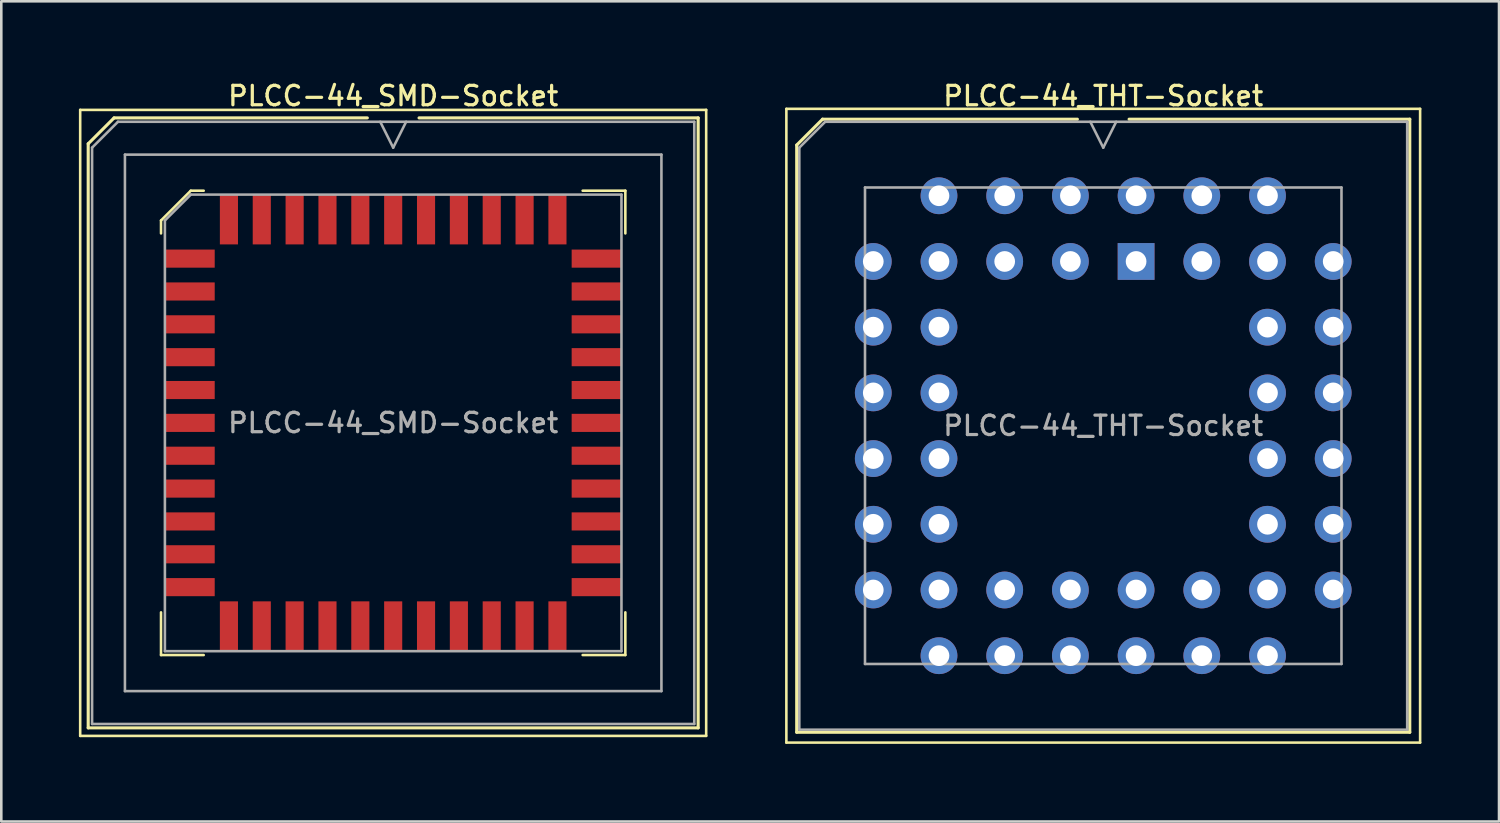
<source format=kicad_pcb>
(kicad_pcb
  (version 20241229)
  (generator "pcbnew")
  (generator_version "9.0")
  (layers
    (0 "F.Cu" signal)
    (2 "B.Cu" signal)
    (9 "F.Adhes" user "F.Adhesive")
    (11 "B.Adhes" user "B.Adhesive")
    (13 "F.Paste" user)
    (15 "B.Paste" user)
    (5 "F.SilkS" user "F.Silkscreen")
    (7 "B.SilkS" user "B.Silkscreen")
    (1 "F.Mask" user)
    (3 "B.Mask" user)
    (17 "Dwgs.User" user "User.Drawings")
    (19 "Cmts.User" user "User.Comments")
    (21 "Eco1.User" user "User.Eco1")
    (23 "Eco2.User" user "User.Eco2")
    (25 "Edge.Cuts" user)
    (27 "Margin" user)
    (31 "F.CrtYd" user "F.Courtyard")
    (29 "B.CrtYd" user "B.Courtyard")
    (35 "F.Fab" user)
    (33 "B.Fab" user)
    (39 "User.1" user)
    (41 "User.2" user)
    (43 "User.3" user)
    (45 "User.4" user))
  (footprint "PLCC-44_THT-Socket"
    (layer "F.Cu")
    (at 40.87 7.058)
    (property "Reference" "PLCC-44_THT-Socket" (at -1.27 -6.4 0) (layer "F.SilkS") (effects (font (size 0.75 0.75) (thickness 0.125))))
    (attr through_hole)
    (fp_line (start -13.52 -5.9) (end -13.52 18.6) (stroke (width 0.1) (type solid)) (layer "F.SilkS"))
    (fp_line (start -13.52 18.6) (end 10.98 18.6) (stroke (width 0.1) (type solid)) (layer "F.SilkS"))
    (fp_line (start -13.12 -4.5) (end -13.12 18.2) (stroke (width 0.12) (type solid)) (layer "F.SilkS"))
    (fp_line (start -13.12 18.2) (end 10.58 18.2) (stroke (width 0.12) (type solid)) (layer "F.SilkS"))
    (fp_line (start -12.12 -5.5) (end -13.12 -4.5) (stroke (width 0.12) (type solid)) (layer "F.SilkS"))
    (fp_line (start -2.27 -5.5) (end -12.12 -5.5) (stroke (width 0.12) (type solid)) (layer "F.SilkS"))
    (fp_line (start 10.58 -5.5) (end -0.27 -5.5) (stroke (width 0.12) (type solid)) (layer "F.SilkS"))
    (fp_line (start 10.58 18.2) (end 10.58 -5.5) (stroke (width 0.12) (type solid)) (layer "F.SilkS"))
    (fp_line (start 10.98 -5.9) (end -13.52 -5.9) (stroke (width 0.1) (type solid)) (layer "F.SilkS"))
    (fp_line (start 10.98 18.6) (end 10.98 -5.9) (stroke (width 0.1) (type solid)) (layer "F.SilkS"))
    (fp_line (start -13.02 -4.4) (end -13.02 18.1) (stroke (width 0.1) (type solid)) (layer "F.Fab"))
    (fp_line (start -13.02 18.1) (end 10.48 18.1) (stroke (width 0.1) (type solid)) (layer "F.Fab"))
    (fp_line (start -12.02 -5.4) (end -13.02 -4.4) (stroke (width 0.1) (type solid)) (layer "F.Fab"))
    (fp_line (start -10.48 -2.86) (end -10.48 15.56) (stroke (width 0.1) (type solid)) (layer "F.Fab"))
    (fp_line (start -10.48 15.56) (end 7.94 15.56) (stroke (width 0.1) (type solid)) (layer "F.Fab"))
    (fp_line (start -1.77 -5.4) (end -1.27 -4.4) (stroke (width 0.1) (type solid)) (layer "F.Fab"))
    (fp_line (start -1.27 -4.4) (end -0.77 -5.4) (stroke (width 0.1) (type solid)) (layer "F.Fab"))
    (fp_line (start 7.94 -2.86) (end -10.48 -2.86) (stroke (width 0.1) (type solid)) (layer "F.Fab"))
    (fp_line (start 7.94 15.56) (end 7.94 -2.86) (stroke (width 0.1) (type solid)) (layer "F.Fab"))
    (fp_line (start 10.48 -5.4) (end -12.02 -5.4) (stroke (width 0.1) (type solid)) (layer "F.Fab"))
    (fp_line (start 10.48 18.1) (end 10.48 -5.4) (stroke (width 0.1) (type solid)) (layer "F.Fab"))
    (fp_text user "${REFERENCE}" (at -1.27 6.35 0) (layer "F.Fab") (effects (font (size 0.75 0.75) (thickness 0.125))))
    (pad "1" thru_hole rect (at 0 0) (size 1.422 1.422) (drill 0.8) (layers "*.Cu" "*.Mask"))
    (pad "2" thru_hole circle (at -2.54 -2.54) (size 1.422 1.422) (drill 0.8) (layers "*.Cu" "*.Mask"))
    (pad "3" thru_hole circle (at -2.54 0) (size 1.422 1.422) (drill 0.8) (layers "*.Cu" "*.Mask"))
    (pad "4" thru_hole circle (at -5.08 -2.54) (size 1.422 1.422) (drill 0.8) (layers "*.Cu" "*.Mask"))
    (pad "5" thru_hole circle (at -5.08 0) (size 1.422 1.422) (drill 0.8) (layers "*.Cu" "*.Mask"))
    (pad "6" thru_hole circle (at -7.62 -2.54) (size 1.422 1.422) (drill 0.8) (layers "*.Cu" "*.Mask"))
    (pad "7" thru_hole circle (at -10.16 0) (size 1.422 1.422) (drill 0.8) (layers "*.Cu" "*.Mask"))
    (pad "8" thru_hole circle (at -7.62 0) (size 1.422 1.422) (drill 0.8) (layers "*.Cu" "*.Mask"))
    (pad "9" thru_hole circle (at -10.16 2.54) (size 1.422 1.422) (drill 0.8) (layers "*.Cu" "*.Mask"))
    (pad "10" thru_hole circle (at -7.62 2.54) (size 1.422 1.422) (drill 0.8) (layers "*.Cu" "*.Mask"))
    (pad "11" thru_hole circle (at -10.16 5.08) (size 1.422 1.422) (drill 0.8) (layers "*.Cu" "*.Mask"))
    (pad "12" thru_hole circle (at -7.62 5.08) (size 1.422 1.422) (drill 0.8) (layers "*.Cu" "*.Mask"))
    (pad "13" thru_hole circle (at -10.16 7.62) (size 1.422 1.422) (drill 0.8) (layers "*.Cu" "*.Mask"))
    (pad "14" thru_hole circle (at -7.62 7.62) (size 1.422 1.422) (drill 0.8) (layers "*.Cu" "*.Mask"))
    (pad "15" thru_hole circle (at -10.16 10.16) (size 1.422 1.422) (drill 0.8) (layers "*.Cu" "*.Mask"))
    (pad "16" thru_hole circle (at -7.62 10.16) (size 1.422 1.422) (drill 0.8) (layers "*.Cu" "*.Mask"))
    (pad "17" thru_hole circle (at -10.16 12.7) (size 1.422 1.422) (drill 0.8) (layers "*.Cu" "*.Mask"))
    (pad "18" thru_hole circle (at -7.62 15.24) (size 1.422 1.422) (drill 0.8) (layers "*.Cu" "*.Mask"))
    (pad "19" thru_hole circle (at -7.62 12.7) (size 1.422 1.422) (drill 0.8) (layers "*.Cu" "*.Mask"))
    (pad "20" thru_hole circle (at -5.08 15.24) (size 1.422 1.422) (drill 0.8) (layers "*.Cu" "*.Mask"))
    (pad "21" thru_hole circle (at -5.08 12.7) (size 1.422 1.422) (drill 0.8) (layers "*.Cu" "*.Mask"))
    (pad "22" thru_hole circle (at -2.54 15.24) (size 1.422 1.422) (drill 0.8) (layers "*.Cu" "*.Mask"))
    (pad "23" thru_hole circle (at -2.54 12.7) (size 1.422 1.422) (drill 0.8) (layers "*.Cu" "*.Mask"))
    (pad "24" thru_hole circle (at 0 15.24) (size 1.422 1.422) (drill 0.8) (layers "*.Cu" "*.Mask"))
    (pad "25" thru_hole circle (at 0 12.7) (size 1.422 1.422) (drill 0.8) (layers "*.Cu" "*.Mask"))
    (pad "26" thru_hole circle (at 2.54 15.24) (size 1.422 1.422) (drill 0.8) (layers "*.Cu" "*.Mask"))
    (pad "27" thru_hole circle (at 2.54 12.7) (size 1.422 1.422) (drill 0.8) (layers "*.Cu" "*.Mask"))
    (pad "28" thru_hole circle (at 5.08 15.24) (size 1.422 1.422) (drill 0.8) (layers "*.Cu" "*.Mask"))
    (pad "29" thru_hole circle (at 7.62 12.7) (size 1.422 1.422) (drill 0.8) (layers "*.Cu" "*.Mask"))
    (pad "30" thru_hole circle (at 5.08 12.7) (size 1.422 1.422) (drill 0.8) (layers "*.Cu" "*.Mask"))
    (pad "31" thru_hole circle (at 7.62 10.16) (size 1.422 1.422) (drill 0.8) (layers "*.Cu" "*.Mask"))
    (pad "32" thru_hole circle (at 5.08 10.16) (size 1.422 1.422) (drill 0.8) (layers "*.Cu" "*.Mask"))
    (pad "33" thru_hole circle (at 7.62 7.62) (size 1.422 1.422) (drill 0.8) (layers "*.Cu" "*.Mask"))
    (pad "34" thru_hole circle (at 5.08 7.62) (size 1.422 1.422) (drill 0.8) (layers "*.Cu" "*.Mask"))
    (pad "35" thru_hole circle (at 7.62 5.08) (size 1.422 1.422) (drill 0.8) (layers "*.Cu" "*.Mask"))
    (pad "36" thru_hole circle (at 5.08 5.08) (size 1.422 1.422) (drill 0.8) (layers "*.Cu" "*.Mask"))
    (pad "37" thru_hole circle (at 7.62 2.54) (size 1.422 1.422) (drill 0.8) (layers "*.Cu" "*.Mask"))
    (pad "38" thru_hole circle (at 5.08 2.54) (size 1.422 1.422) (drill 0.8) (layers "*.Cu" "*.Mask"))
    (pad "39" thru_hole circle (at 7.62 0) (size 1.422 1.422) (drill 0.8) (layers "*.Cu" "*.Mask"))
    (pad "40" thru_hole circle (at 5.08 -2.54) (size 1.422 1.422) (drill 0.8) (layers "*.Cu" "*.Mask"))
    (pad "41" thru_hole circle (at 5.08 0) (size 1.422 1.422) (drill 0.8) (layers "*.Cu" "*.Mask"))
    (pad "42" thru_hole circle (at 2.54 -2.54) (size 1.422 1.422) (drill 0.8) (layers "*.Cu" "*.Mask"))
    (pad "43" thru_hole circle (at 2.54 0) (size 1.422 1.422) (drill 0.8) (layers "*.Cu" "*.Mask"))
    (pad "44" thru_hole circle (at 0 -2.54) (size 1.422 1.422) (drill 0.8) (layers "*.Cu" "*.Mask")))
  (footprint "PLCC-44_SMD-Socket"
    (layer "F.Cu")
    (at 12.15 13.298)
    (property "Reference" "PLCC-44_SMD-Socket" (at 0 -12.64 0) (layer "F.SilkS") (effects (font (size 0.75 0.75) (thickness 0.125))))
    (attr smd)
    (fp_line (start -12.1 -12.1) (end -12.1 12.1) (stroke (width 0.1) (type solid)) (layer "F.SilkS"))
    (fp_line (start -12.1 12.1) (end 12.1 12.1) (stroke (width 0.1) (type solid)) (layer "F.SilkS"))
    (fp_line (start -11.79 -10.79) (end -11.79 11.79) (stroke (width 0.12) (type solid)) (layer "F.SilkS"))
    (fp_line (start -11.79 11.79) (end 11.79 11.79) (stroke (width 0.12) (type solid)) (layer "F.SilkS"))
    (fp_line (start -10.79 -11.79) (end -11.79 -10.79) (stroke (width 0.12) (type solid)) (layer "F.SilkS"))
    (fp_line (start -8.975 -7.825) (end -8.975 -7.325) (stroke (width 0.1) (type solid)) (layer "F.SilkS"))
    (fp_line (start -8.975 8.975) (end -8.975 7.325) (stroke (width 0.1) (type solid)) (layer "F.SilkS"))
    (fp_line (start -7.825 -8.975) (end -8.975 -7.825) (stroke (width 0.1) (type solid)) (layer "F.SilkS"))
    (fp_line (start -7.325 -8.975) (end -7.825 -8.975) (stroke (width 0.1) (type solid)) (layer "F.SilkS"))
    (fp_line (start -7.325 8.975) (end -8.975 8.975) (stroke (width 0.1) (type solid)) (layer "F.SilkS"))
    (fp_line (start -1 -11.79) (end -10.79 -11.79) (stroke (width 0.12) (type solid)) (layer "F.SilkS"))
    (fp_line (start 7.325 -8.975) (end 8.975 -8.975) (stroke (width 0.1) (type solid)) (layer "F.SilkS"))
    (fp_line (start 7.325 8.975) (end 8.975 8.975) (stroke (width 0.1) (type solid)) (layer "F.SilkS"))
    (fp_line (start 8.975 -8.975) (end 8.975 -7.325) (stroke (width 0.1) (type solid)) (layer "F.SilkS"))
    (fp_line (start 8.975 8.975) (end 8.975 7.325) (stroke (width 0.1) (type solid)) (layer "F.SilkS"))
    (fp_line (start 11.79 -11.79) (end 1 -11.79) (stroke (width 0.12) (type solid)) (layer "F.SilkS"))
    (fp_line (start 11.79 11.79) (end 11.79 -11.79) (stroke (width 0.12) (type solid)) (layer "F.SilkS"))
    (fp_line (start 12.1 -12.1) (end -12.1 -12.1) (stroke (width 0.1) (type solid)) (layer "F.SilkS"))
    (fp_line (start 12.1 12.1) (end 12.1 -12.1) (stroke (width 0.1) (type solid)) (layer "F.SilkS"))
    (fp_line (start -11.64 -10.64) (end -11.64 11.64) (stroke (width 0.1) (type solid)) (layer "F.Fab"))
    (fp_line (start -11.64 11.64) (end 11.64 11.64) (stroke (width 0.1) (type solid)) (layer "F.Fab"))
    (fp_line (start -10.64 -11.64) (end -11.64 -10.64) (stroke (width 0.1) (type solid)) (layer "F.Fab"))
    (fp_line (start -10.37 -10.37) (end -10.37 10.37) (stroke (width 0.1) (type solid)) (layer "F.Fab"))
    (fp_line (start -10.37 10.37) (end 10.37 10.37) (stroke (width 0.1) (type solid)) (layer "F.Fab"))
    (fp_line (start -8.825 -7.825) (end -8.825 8.825) (stroke (width 0.1) (type solid)) (layer "F.Fab"))
    (fp_line (start -8.825 8.825) (end 8.825 8.825) (stroke (width 0.1) (type solid)) (layer "F.Fab"))
    (fp_line (start -7.825 -8.825) (end -8.825 -7.825) (stroke (width 0.1) (type solid)) (layer "F.Fab"))
    (fp_line (start -0.5 -11.64) (end 0 -10.64) (stroke (width 0.1) (type solid)) (layer "F.Fab"))
    (fp_line (start 0 -10.64) (end 0.5 -11.64) (stroke (width 0.1) (type solid)) (layer "F.Fab"))
    (fp_line (start 8.825 -8.825) (end -7.825 -8.825) (stroke (width 0.1) (type solid)) (layer "F.Fab"))
    (fp_line (start 8.825 8.825) (end 8.825 -8.825) (stroke (width 0.1) (type solid)) (layer "F.Fab"))
    (fp_line (start 10.37 -10.37) (end -10.37 -10.37) (stroke (width 0.1) (type solid)) (layer "F.Fab"))
    (fp_line (start 10.37 10.37) (end 10.37 -10.37) (stroke (width 0.1) (type solid)) (layer "F.Fab"))
    (fp_line (start 11.64 -11.64) (end -10.64 -11.64) (stroke (width 0.1) (type solid)) (layer "F.Fab"))
    (fp_line (start 11.64 11.64) (end 11.64 -11.64) (stroke (width 0.1) (type solid)) (layer "F.Fab"))
    (fp_text user "${REFERENCE}" (at 0 0 0) (layer "F.Fab") (effects (font (size 0.75 0.75) (thickness 0.125))))
    (pad "1" smd rect (at 0 -7.862) (size 0.7 1.925) (layers "F.Cu" "F.Mask" "F.Paste"))
    (pad "2" smd rect (at -1.27 -7.862) (size 0.7 1.925) (layers "F.Cu" "F.Mask" "F.Paste"))
    (pad "3" smd rect (at -2.54 -7.862) (size 0.7 1.925) (layers "F.Cu" "F.Mask" "F.Paste"))
    (pad "4" smd rect (at -3.81 -7.862) (size 0.7 1.925) (layers "F.Cu" "F.Mask" "F.Paste"))
    (pad "5" smd rect (at -5.08 -7.862) (size 0.7 1.925) (layers "F.Cu" "F.Mask" "F.Paste"))
    (pad "6" smd rect (at -6.35 -7.862) (size 0.7 1.925) (layers "F.Cu" "F.Mask" "F.Paste"))
    (pad "7" smd rect (at -7.862 -6.35) (size 1.925 0.7) (layers "F.Cu" "F.Mask" "F.Paste"))
    (pad "8" smd rect (at -7.862 -5.08) (size 1.925 0.7) (layers "F.Cu" "F.Mask" "F.Paste"))
    (pad "9" smd rect (at -7.862 -3.81) (size 1.925 0.7) (layers "F.Cu" "F.Mask" "F.Paste"))
    (pad "10" smd rect (at -7.862 -2.54) (size 1.925 0.7) (layers "F.Cu" "F.Mask" "F.Paste"))
    (pad "11" smd rect (at -7.862 -1.27) (size 1.925 0.7) (layers "F.Cu" "F.Mask" "F.Paste"))
    (pad "12" smd rect (at -7.862 0) (size 1.925 0.7) (layers "F.Cu" "F.Mask" "F.Paste"))
    (pad "13" smd rect (at -7.862 1.27) (size 1.925 0.7) (layers "F.Cu" "F.Mask" "F.Paste"))
    (pad "14" smd rect (at -7.862 2.54) (size 1.925 0.7) (layers "F.Cu" "F.Mask" "F.Paste"))
    (pad "15" smd rect (at -7.862 3.81) (size 1.925 0.7) (layers "F.Cu" "F.Mask" "F.Paste"))
    (pad "16" smd rect (at -7.862 5.08) (size 1.925 0.7) (layers "F.Cu" "F.Mask" "F.Paste"))
    (pad "17" smd rect (at -7.862 6.35) (size 1.925 0.7) (layers "F.Cu" "F.Mask" "F.Paste"))
    (pad "18" smd rect (at -6.35 7.862) (size 0.7 1.925) (layers "F.Cu" "F.Mask" "F.Paste"))
    (pad "19" smd rect (at -5.08 7.862) (size 0.7 1.925) (layers "F.Cu" "F.Mask" "F.Paste"))
    (pad "20" smd rect (at -3.81 7.862) (size 0.7 1.925) (layers "F.Cu" "F.Mask" "F.Paste"))
    (pad "21" smd rect (at -2.54 7.862) (size 0.7 1.925) (layers "F.Cu" "F.Mask" "F.Paste"))
    (pad "22" smd rect (at -1.27 7.862) (size 0.7 1.925) (layers "F.Cu" "F.Mask" "F.Paste"))
    (pad "23" smd rect (at 0 7.862) (size 0.7 1.925) (layers "F.Cu" "F.Mask" "F.Paste"))
    (pad "24" smd rect (at 1.27 7.862) (size 0.7 1.925) (layers "F.Cu" "F.Mask" "F.Paste"))
    (pad "25" smd rect (at 2.54 7.862) (size 0.7 1.925) (layers "F.Cu" "F.Mask" "F.Paste"))
    (pad "26" smd rect (at 3.81 7.862) (size 0.7 1.925) (layers "F.Cu" "F.Mask" "F.Paste"))
    (pad "27" smd rect (at 5.08 7.862) (size 0.7 1.925) (layers "F.Cu" "F.Mask" "F.Paste"))
    (pad "28" smd rect (at 6.35 7.862) (size 0.7 1.925) (layers "F.Cu" "F.Mask" "F.Paste"))
    (pad "29" smd rect (at 7.862 6.35) (size 1.925 0.7) (layers "F.Cu" "F.Mask" "F.Paste"))
    (pad "30" smd rect (at 7.862 5.08) (size 1.925 0.7) (layers "F.Cu" "F.Mask" "F.Paste"))
    (pad "31" smd rect (at 7.862 3.81) (size 1.925 0.7) (layers "F.Cu" "F.Mask" "F.Paste"))
    (pad "32" smd rect (at 7.862 2.54) (size 1.925 0.7) (layers "F.Cu" "F.Mask" "F.Paste"))
    (pad "33" smd rect (at 7.862 1.27) (size 1.925 0.7) (layers "F.Cu" "F.Mask" "F.Paste"))
    (pad "34" smd rect (at 7.862 0) (size 1.925 0.7) (layers "F.Cu" "F.Mask" "F.Paste"))
    (pad "35" smd rect (at 7.862 -1.27) (size 1.925 0.7) (layers "F.Cu" "F.Mask" "F.Paste"))
    (pad "36" smd rect (at 7.862 -2.54) (size 1.925 0.7) (layers "F.Cu" "F.Mask" "F.Paste"))
    (pad "37" smd rect (at 7.862 -3.81) (size 1.925 0.7) (layers "F.Cu" "F.Mask" "F.Paste"))
    (pad "38" smd rect (at 7.862 -5.08) (size 1.925 0.7) (layers "F.Cu" "F.Mask" "F.Paste"))
    (pad "39" smd rect (at 7.862 -6.35) (size 1.925 0.7) (layers "F.Cu" "F.Mask" "F.Paste"))
    (pad "40" smd rect (at 6.35 -7.862) (size 0.7 1.925) (layers "F.Cu" "F.Mask" "F.Paste"))
    (pad "41" smd rect (at 5.08 -7.862) (size 0.7 1.925) (layers "F.Cu" "F.Mask" "F.Paste"))
    (pad "42" smd rect (at 3.81 -7.862) (size 0.7 1.925) (layers "F.Cu" "F.Mask" "F.Paste"))
    (pad "43" smd rect (at 2.54 -7.862) (size 0.7 1.925) (layers "F.Cu" "F.Mask" "F.Paste"))
    (pad "44" smd rect (at 1.27 -7.862) (size 0.7 1.925) (layers "F.Cu" "F.Mask" "F.Paste")))
  (gr_rect
    (start -3 -3)
    (end 54.9 28.708)
    (stroke (width 0.1) (type default))
    (fill no)
    (layer "Edge.Cuts")))
</source>
